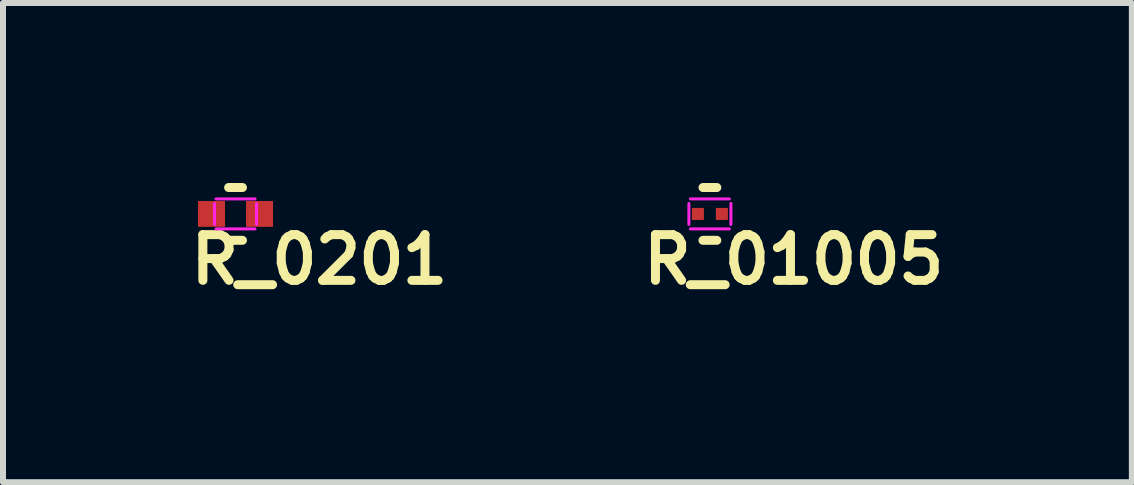
<source format=kicad_pcb>
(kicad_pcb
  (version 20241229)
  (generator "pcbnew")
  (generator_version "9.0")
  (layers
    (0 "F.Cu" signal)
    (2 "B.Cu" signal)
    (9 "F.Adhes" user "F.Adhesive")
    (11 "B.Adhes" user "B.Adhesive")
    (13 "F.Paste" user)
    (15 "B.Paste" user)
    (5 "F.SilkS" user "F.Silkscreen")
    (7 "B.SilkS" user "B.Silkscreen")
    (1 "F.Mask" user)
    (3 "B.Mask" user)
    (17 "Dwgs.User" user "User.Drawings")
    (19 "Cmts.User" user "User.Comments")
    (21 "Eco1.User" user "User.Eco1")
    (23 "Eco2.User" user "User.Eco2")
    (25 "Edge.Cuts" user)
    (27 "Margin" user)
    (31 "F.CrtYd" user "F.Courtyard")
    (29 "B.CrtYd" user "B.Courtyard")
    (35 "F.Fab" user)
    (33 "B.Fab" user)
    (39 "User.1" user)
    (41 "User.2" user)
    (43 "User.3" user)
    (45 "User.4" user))
  (footprint "R_0201"
    (layer "F.Cu")
    (at 0.875 0.515)
    (property "Reference" "R_0201" (at 1.397 0.762 0) (layer "F.SilkS") (effects (font (size 0.762 0.762) (thickness 0.15))))
    (attr smd)
    (fp_line (start -0.115 0.44) (end 0.115 0.44) (stroke (width 0.15) (type solid)) (layer "F.SilkS"))
    (fp_line (start 0.115 -0.44) (end -0.115 -0.44) (stroke (width 0.15) (type solid)) (layer "F.SilkS"))
    (fp_line (start -0.35 -0.175) (end -0.35 0.175) (stroke (width 0.05) (type solid)) (layer "F.CrtYd"))
    (fp_line (start -0.325 -0.25) (end 0.325 -0.25) (stroke (width 0.05) (type solid)) (layer "F.CrtYd"))
    (fp_line (start -0.325 0.25) (end 0.325 0.25) (stroke (width 0.05) (type solid)) (layer "F.CrtYd"))
    (fp_line (start 0.35 -0.175) (end 0.35 0.175) (stroke (width 0.05) (type solid)) (layer "F.CrtYd"))
    (pad "1" smd rect (at -0.4 0) (size 0.45 0.43) (layers "F.Cu" "F.Mask" "F.Paste"))
    (pad "2" smd rect (at 0.4 0) (size 0.45 0.43) (layers "F.Cu" "F.Mask" "F.Paste")))
  (footprint "R_01005"
    (layer "F.Cu")
    (at 8.78 0.515)
    (property "Reference" "R_01005" (at 1.397 0.762 0) (layer "F.SilkS") (effects (font (size 0.762 0.762) (thickness 0.15))))
    (attr smd)
    (fp_line (start -0.115 0.44) (end 0.115 0.44) (stroke (width 0.15) (type solid)) (layer "F.SilkS"))
    (fp_line (start 0.115 -0.44) (end -0.115 -0.44) (stroke (width 0.15) (type solid)) (layer "F.SilkS"))
    (fp_line (start -0.35 -0.175) (end -0.35 0.175) (stroke (width 0.05) (type solid)) (layer "F.CrtYd"))
    (fp_line (start -0.325 -0.25) (end 0.325 -0.25) (stroke (width 0.05) (type solid)) (layer "F.CrtYd"))
    (fp_line (start -0.325 0.25) (end 0.325 0.25) (stroke (width 0.05) (type solid)) (layer "F.CrtYd"))
    (fp_line (start 0.35 -0.175) (end 0.35 0.175) (stroke (width 0.05) (type solid)) (layer "F.CrtYd"))
    (pad "1" smd rect (at -0.2 0) (size 0.2 0.2) (layers "F.Cu" "F.Mask" "F.Paste"))
    (pad "2" smd rect (at 0.2 0) (size 0.2 0.2) (layers "F.Cu" "F.Mask" "F.Paste")))
  (gr_rect
    (start -3 -3)
    (end 15.812 4.986)
    (stroke (width 0.1) (type default))
    (fill no)
    (layer "Edge.Cuts")))
</source>
